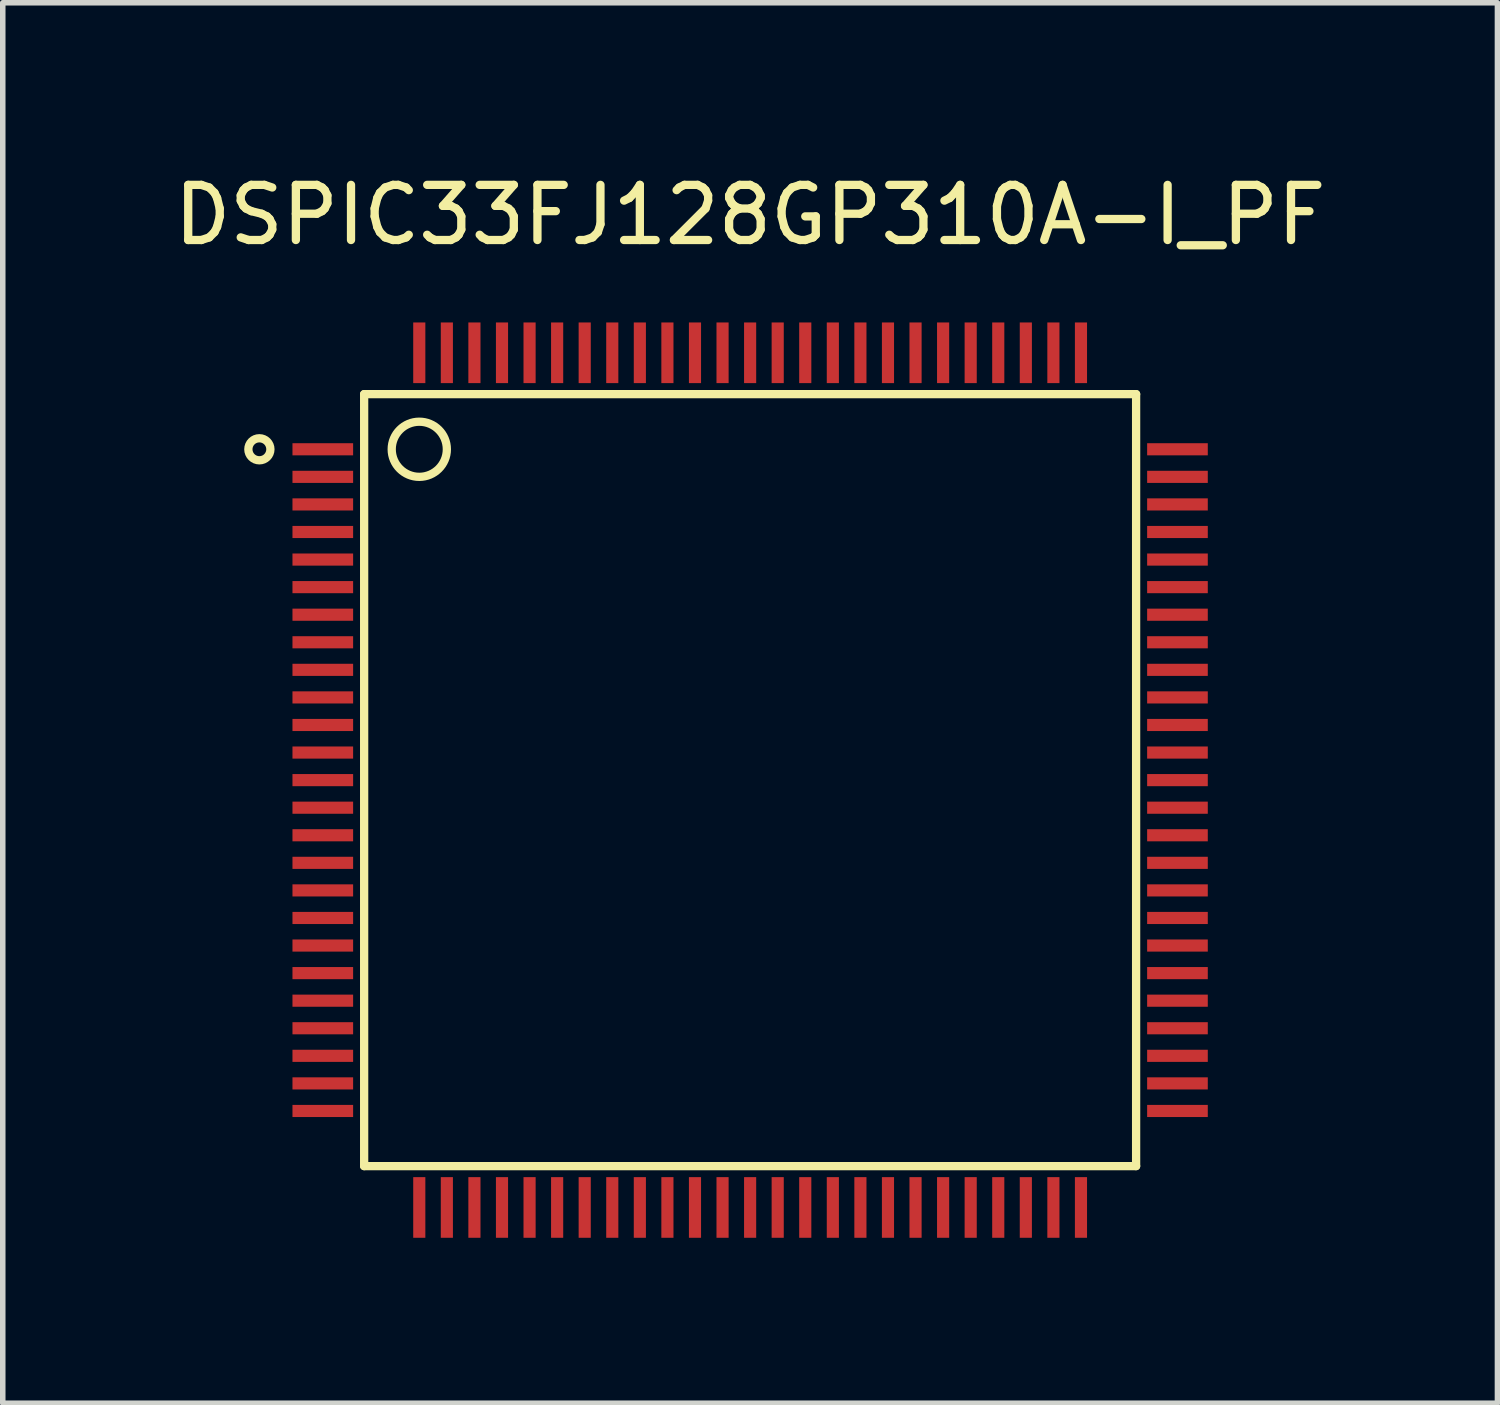
<source format=kicad_pcb>
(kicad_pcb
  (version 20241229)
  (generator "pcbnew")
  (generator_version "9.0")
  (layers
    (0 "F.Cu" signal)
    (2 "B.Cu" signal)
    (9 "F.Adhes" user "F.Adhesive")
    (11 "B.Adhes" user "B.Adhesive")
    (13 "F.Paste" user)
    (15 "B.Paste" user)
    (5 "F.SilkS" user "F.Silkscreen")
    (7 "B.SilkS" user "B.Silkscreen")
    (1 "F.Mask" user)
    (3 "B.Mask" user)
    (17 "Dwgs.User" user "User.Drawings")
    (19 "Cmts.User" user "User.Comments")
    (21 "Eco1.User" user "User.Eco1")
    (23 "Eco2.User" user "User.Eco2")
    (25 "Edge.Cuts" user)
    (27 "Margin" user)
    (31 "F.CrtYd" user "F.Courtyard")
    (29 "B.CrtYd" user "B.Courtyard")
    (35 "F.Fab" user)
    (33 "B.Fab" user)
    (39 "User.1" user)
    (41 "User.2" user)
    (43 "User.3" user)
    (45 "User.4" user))
  (footprint "DSPIC33FJ128GP310A-I_PF"
    (layer "F.Cu")
    (at 2.804 3.348)
    (property "Reference" "DSPIC33FJ128GP310A-I_PF" (at 7.75 -2.5 0) (layer "F.SilkS") (effects (font (size 1 1) (thickness 0.15))))
    (attr through_hole)
    (fp_line (start 0.75 0.75) (end 0.75 14.75) (stroke (width 0.15) (type solid)) (layer "F.SilkS"))
    (fp_line (start 0.75 0.75) (end 14.75 0.75) (stroke (width 0.15) (type solid)) (layer "F.SilkS"))
    (fp_line (start 0.75 14.75) (end 14.75 14.75) (stroke (width 0.15) (type solid)) (layer "F.SilkS"))
    (fp_line (start 14.75 14.75) (end 14.75 0.75) (stroke (width 0.15) (type solid)) (layer "F.SilkS"))
    (fp_circle (center -1.15 1.75) (end -1.15 1.55) (stroke (width 0.15) (type solid)) (fill no) (layer "F.SilkS"))
    (fp_circle (center 1.75 1.75) (end 1.75 1.25) (stroke (width 0.15) (type solid)) (fill no) (layer "F.SilkS"))
    (pad "1" smd rect (at 0 1.75) (size 1.1 0.22) (layers "F.Cu" "F.Mask" "F.Paste"))
    (pad "2" smd rect (at 0 2.25) (size 1.1 0.22) (layers "F.Cu" "F.Mask" "F.Paste"))
    (pad "3" smd rect (at 0 2.75) (size 1.1 0.22) (layers "F.Cu" "F.Mask" "F.Paste"))
    (pad "4" smd rect (at 0 3.25) (size 1.1 0.22) (layers "F.Cu" "F.Mask" "F.Paste"))
    (pad "5" smd rect (at 0 3.75) (size 1.1 0.22) (layers "F.Cu" "F.Mask" "F.Paste"))
    (pad "6" smd rect (at 0 4.25) (size 1.1 0.22) (layers "F.Cu" "F.Mask" "F.Paste"))
    (pad "7" smd rect (at 0 4.75) (size 1.1 0.22) (layers "F.Cu" "F.Mask" "F.Paste"))
    (pad "8" smd rect (at 0 5.25) (size 1.1 0.22) (layers "F.Cu" "F.Mask" "F.Paste"))
    (pad "9" smd rect (at 0 5.75) (size 1.1 0.22) (layers "F.Cu" "F.Mask" "F.Paste"))
    (pad "10" smd rect (at 0 6.25) (size 1.1 0.22) (layers "F.Cu" "F.Mask" "F.Paste"))
    (pad "11" smd rect (at 0 6.75) (size 1.1 0.22) (layers "F.Cu" "F.Mask" "F.Paste"))
    (pad "12" smd rect (at 0 7.25) (size 1.1 0.22) (layers "F.Cu" "F.Mask" "F.Paste"))
    (pad "13" smd rect (at 0 7.75) (size 1.1 0.22) (layers "F.Cu" "F.Mask" "F.Paste"))
    (pad "14" smd rect (at 0 8.25) (size 1.1 0.22) (layers "F.Cu" "F.Mask" "F.Paste"))
    (pad "15" smd rect (at 0 8.75) (size 1.1 0.22) (layers "F.Cu" "F.Mask" "F.Paste"))
    (pad "16" smd rect (at 0 9.25) (size 1.1 0.22) (layers "F.Cu" "F.Mask" "F.Paste"))
    (pad "17" smd rect (at 0 9.75) (size 1.1 0.22) (layers "F.Cu" "F.Mask" "F.Paste"))
    (pad "18" smd rect (at 0 10.25) (size 1.1 0.22) (layers "F.Cu" "F.Mask" "F.Paste"))
    (pad "19" smd rect (at 0 10.75) (size 1.1 0.22) (layers "F.Cu" "F.Mask" "F.Paste"))
    (pad "20" smd rect (at 0 11.25) (size 1.1 0.22) (layers "F.Cu" "F.Mask" "F.Paste"))
    (pad "21" smd rect (at 0 11.75) (size 1.1 0.22) (layers "F.Cu" "F.Mask" "F.Paste"))
    (pad "22" smd rect (at 0 12.25) (size 1.1 0.22) (layers "F.Cu" "F.Mask" "F.Paste"))
    (pad "23" smd rect (at 0 12.75) (size 1.1 0.22) (layers "F.Cu" "F.Mask" "F.Paste"))
    (pad "24" smd rect (at 0 13.25) (size 1.1 0.22) (layers "F.Cu" "F.Mask" "F.Paste"))
    (pad "25" smd rect (at 0 13.75) (size 1.1 0.22) (layers "F.Cu" "F.Mask" "F.Paste"))
    (pad "26" smd rect (at 1.75 15.5) (size 0.22 1.1) (layers "F.Cu" "F.Mask" "F.Paste"))
    (pad "27" smd rect (at 2.25 15.5) (size 0.22 1.1) (layers "F.Cu" "F.Mask" "F.Paste"))
    (pad "28" smd rect (at 2.75 15.5) (size 0.22 1.1) (layers "F.Cu" "F.Mask" "F.Paste"))
    (pad "29" smd rect (at 3.25 15.5) (size 0.22 1.1) (layers "F.Cu" "F.Mask" "F.Paste"))
    (pad "30" smd rect (at 3.75 15.5) (size 0.22 1.1) (layers "F.Cu" "F.Mask" "F.Paste"))
    (pad "31" smd rect (at 4.25 15.5) (size 0.22 1.1) (layers "F.Cu" "F.Mask" "F.Paste"))
    (pad "32" smd rect (at 4.75 15.5) (size 0.22 1.1) (layers "F.Cu" "F.Mask" "F.Paste"))
    (pad "33" smd rect (at 5.25 15.5) (size 0.22 1.1) (layers "F.Cu" "F.Mask" "F.Paste"))
    (pad "34" smd rect (at 5.75 15.5) (size 0.22 1.1) (layers "F.Cu" "F.Mask" "F.Paste"))
    (pad "35" smd rect (at 6.25 15.5) (size 0.22 1.1) (layers "F.Cu" "F.Mask" "F.Paste"))
    (pad "36" smd rect (at 6.75 15.5) (size 0.22 1.1) (layers "F.Cu" "F.Mask" "F.Paste"))
    (pad "37" smd rect (at 7.25 15.5) (size 0.22 1.1) (layers "F.Cu" "F.Mask" "F.Paste"))
    (pad "38" smd rect (at 7.75 15.5) (size 0.22 1.1) (layers "F.Cu" "F.Mask" "F.Paste"))
    (pad "39" smd rect (at 8.25 15.5) (size 0.22 1.1) (layers "F.Cu" "F.Mask" "F.Paste"))
    (pad "40" smd rect (at 8.75 15.5) (size 0.22 1.1) (layers "F.Cu" "F.Mask" "F.Paste"))
    (pad "41" smd rect (at 9.25 15.5) (size 0.22 1.1) (layers "F.Cu" "F.Mask" "F.Paste"))
    (pad "42" smd rect (at 9.75 15.5) (size 0.22 1.1) (layers "F.Cu" "F.Mask" "F.Paste"))
    (pad "43" smd rect (at 10.25 15.5) (size 0.22 1.1) (layers "F.Cu" "F.Mask" "F.Paste"))
    (pad "44" smd rect (at 10.75 15.5) (size 0.22 1.1) (layers "F.Cu" "F.Mask" "F.Paste"))
    (pad "45" smd rect (at 11.25 15.5) (size 0.22 1.1) (layers "F.Cu" "F.Mask" "F.Paste"))
    (pad "46" smd rect (at 11.75 15.5) (size 0.22 1.1) (layers "F.Cu" "F.Mask" "F.Paste"))
    (pad "47" smd rect (at 12.25 15.5) (size 0.22 1.1) (layers "F.Cu" "F.Mask" "F.Paste"))
    (pad "48" smd rect (at 12.75 15.5) (size 0.22 1.1) (layers "F.Cu" "F.Mask" "F.Paste"))
    (pad "49" smd rect (at 13.25 15.5) (size 0.22 1.1) (layers "F.Cu" "F.Mask" "F.Paste"))
    (pad "50" smd rect (at 13.75 15.5) (size 0.22 1.1) (layers "F.Cu" "F.Mask" "F.Paste"))
    (pad "51" smd rect (at 15.5 13.75) (size 1.1 0.22) (layers "F.Cu" "F.Mask" "F.Paste"))
    (pad "52" smd rect (at 15.5 13.25) (size 1.1 0.22) (layers "F.Cu" "F.Mask" "F.Paste"))
    (pad "53" smd rect (at 15.5 12.75) (size 1.1 0.22) (layers "F.Cu" "F.Mask" "F.Paste"))
    (pad "54" smd rect (at 15.5 12.25) (size 1.1 0.22) (layers "F.Cu" "F.Mask" "F.Paste"))
    (pad "55" smd rect (at 15.5 11.75) (size 1.1 0.22) (layers "F.Cu" "F.Mask" "F.Paste"))
    (pad "56" smd rect (at 15.5 11.25) (size 1.1 0.22) (layers "F.Cu" "F.Mask" "F.Paste"))
    (pad "57" smd rect (at 15.5 10.75) (size 1.1 0.22) (layers "F.Cu" "F.Mask" "F.Paste"))
    (pad "58" smd rect (at 15.5 10.25) (size 1.1 0.22) (layers "F.Cu" "F.Mask" "F.Paste"))
    (pad "59" smd rect (at 15.5 9.75) (size 1.1 0.22) (layers "F.Cu" "F.Mask" "F.Paste"))
    (pad "60" smd rect (at 15.5 9.25) (size 1.1 0.22) (layers "F.Cu" "F.Mask" "F.Paste"))
    (pad "61" smd rect (at 15.5 8.75) (size 1.1 0.22) (layers "F.Cu" "F.Mask" "F.Paste"))
    (pad "62" smd rect (at 15.5 8.25) (size 1.1 0.22) (layers "F.Cu" "F.Mask" "F.Paste"))
    (pad "63" smd rect (at 15.5 7.75) (size 1.1 0.22) (layers "F.Cu" "F.Mask" "F.Paste"))
    (pad "64" smd rect (at 15.5 7.25) (size 1.1 0.22) (layers "F.Cu" "F.Mask" "F.Paste"))
    (pad "65" smd rect (at 15.5 6.75) (size 1.1 0.22) (layers "F.Cu" "F.Mask" "F.Paste"))
    (pad "66" smd rect (at 15.5 6.25) (size 1.1 0.22) (layers "F.Cu" "F.Mask" "F.Paste"))
    (pad "67" smd rect (at 15.5 5.75) (size 1.1 0.22) (layers "F.Cu" "F.Mask" "F.Paste"))
    (pad "68" smd rect (at 15.5 5.25) (size 1.1 0.22) (layers "F.Cu" "F.Mask" "F.Paste"))
    (pad "69" smd rect (at 15.5 4.75) (size 1.1 0.22) (layers "F.Cu" "F.Mask" "F.Paste"))
    (pad "70" smd rect (at 15.5 4.25) (size 1.1 0.22) (layers "F.Cu" "F.Mask" "F.Paste"))
    (pad "71" smd rect (at 15.5 3.75) (size 1.1 0.22) (layers "F.Cu" "F.Mask" "F.Paste"))
    (pad "72" smd rect (at 15.5 3.25) (size 1.1 0.22) (layers "F.Cu" "F.Mask" "F.Paste"))
    (pad "73" smd rect (at 15.5 2.75) (size 1.1 0.22) (layers "F.Cu" "F.Mask" "F.Paste"))
    (pad "74" smd rect (at 15.5 2.25) (size 1.1 0.22) (layers "F.Cu" "F.Mask" "F.Paste"))
    (pad "75" smd rect (at 15.5 1.75) (size 1.1 0.22) (layers "F.Cu" "F.Mask" "F.Paste"))
    (pad "76" smd rect (at 13.75 0) (size 0.22 1.1) (layers "F.Cu" "F.Mask" "F.Paste"))
    (pad "77" smd rect (at 13.25 0) (size 0.22 1.1) (layers "F.Cu" "F.Mask" "F.Paste"))
    (pad "78" smd rect (at 12.75 0) (size 0.22 1.1) (layers "F.Cu" "F.Mask" "F.Paste"))
    (pad "79" smd rect (at 12.25 0) (size 0.22 1.1) (layers "F.Cu" "F.Mask" "F.Paste"))
    (pad "80" smd rect (at 11.75 0) (size 0.22 1.1) (layers "F.Cu" "F.Mask" "F.Paste"))
    (pad "81" smd rect (at 11.25 0) (size 0.22 1.1) (layers "F.Cu" "F.Mask" "F.Paste"))
    (pad "82" smd rect (at 10.75 0) (size 0.22 1.1) (layers "F.Cu" "F.Mask" "F.Paste"))
    (pad "83" smd rect (at 10.25 0) (size 0.22 1.1) (layers "F.Cu" "F.Mask" "F.Paste"))
    (pad "84" smd rect (at 9.75 0) (size 0.22 1.1) (layers "F.Cu" "F.Mask" "F.Paste"))
    (pad "85" smd rect (at 9.25 0) (size 0.22 1.1) (layers "F.Cu" "F.Mask" "F.Paste"))
    (pad "86" smd rect (at 8.75 0) (size 0.22 1.1) (layers "F.Cu" "F.Mask" "F.Paste"))
    (pad "87" smd rect (at 8.25 0) (size 0.22 1.1) (layers "F.Cu" "F.Mask" "F.Paste"))
    (pad "88" smd rect (at 7.75 0) (size 0.22 1.1) (layers "F.Cu" "F.Mask" "F.Paste"))
    (pad "89" smd rect (at 7.25 0) (size 0.22 1.1) (layers "F.Cu" "F.Mask" "F.Paste"))
    (pad "90" smd rect (at 6.75 0) (size 0.22 1.1) (layers "F.Cu" "F.Mask" "F.Paste"))
    (pad "91" smd rect (at 6.25 0) (size 0.22 1.1) (layers "F.Cu" "F.Mask" "F.Paste"))
    (pad "92" smd rect (at 5.75 0) (size 0.22 1.1) (layers "F.Cu" "F.Mask" "F.Paste"))
    (pad "93" smd rect (at 5.25 0) (size 0.22 1.1) (layers "F.Cu" "F.Mask" "F.Paste"))
    (pad "94" smd rect (at 4.75 0) (size 0.22 1.1) (layers "F.Cu" "F.Mask" "F.Paste"))
    (pad "95" smd rect (at 4.25 0) (size 0.22 1.1) (layers "F.Cu" "F.Mask" "F.Paste"))
    (pad "96" smd rect (at 3.75 0) (size 0.22 1.1) (layers "F.Cu" "F.Mask" "F.Paste"))
    (pad "97" smd rect (at 3.25 0) (size 0.22 1.1) (layers "F.Cu" "F.Mask" "F.Paste"))
    (pad "98" smd rect (at 2.75 0) (size 0.22 1.1) (layers "F.Cu" "F.Mask" "F.Paste"))
    (pad "99" smd rect (at 2.25 0) (size 0.22 1.1) (layers "F.Cu" "F.Mask" "F.Paste"))
    (pad "100" smd rect (at 1.75 0) (size 0.22 1.1) (layers "F.Cu" "F.Mask" "F.Paste")))
  (gr_rect
    (start -3 -3)
    (end 24.107 22.398)
    (stroke (width 0.1) (type default))
    (fill no)
    (layer "Edge.Cuts")))
</source>
